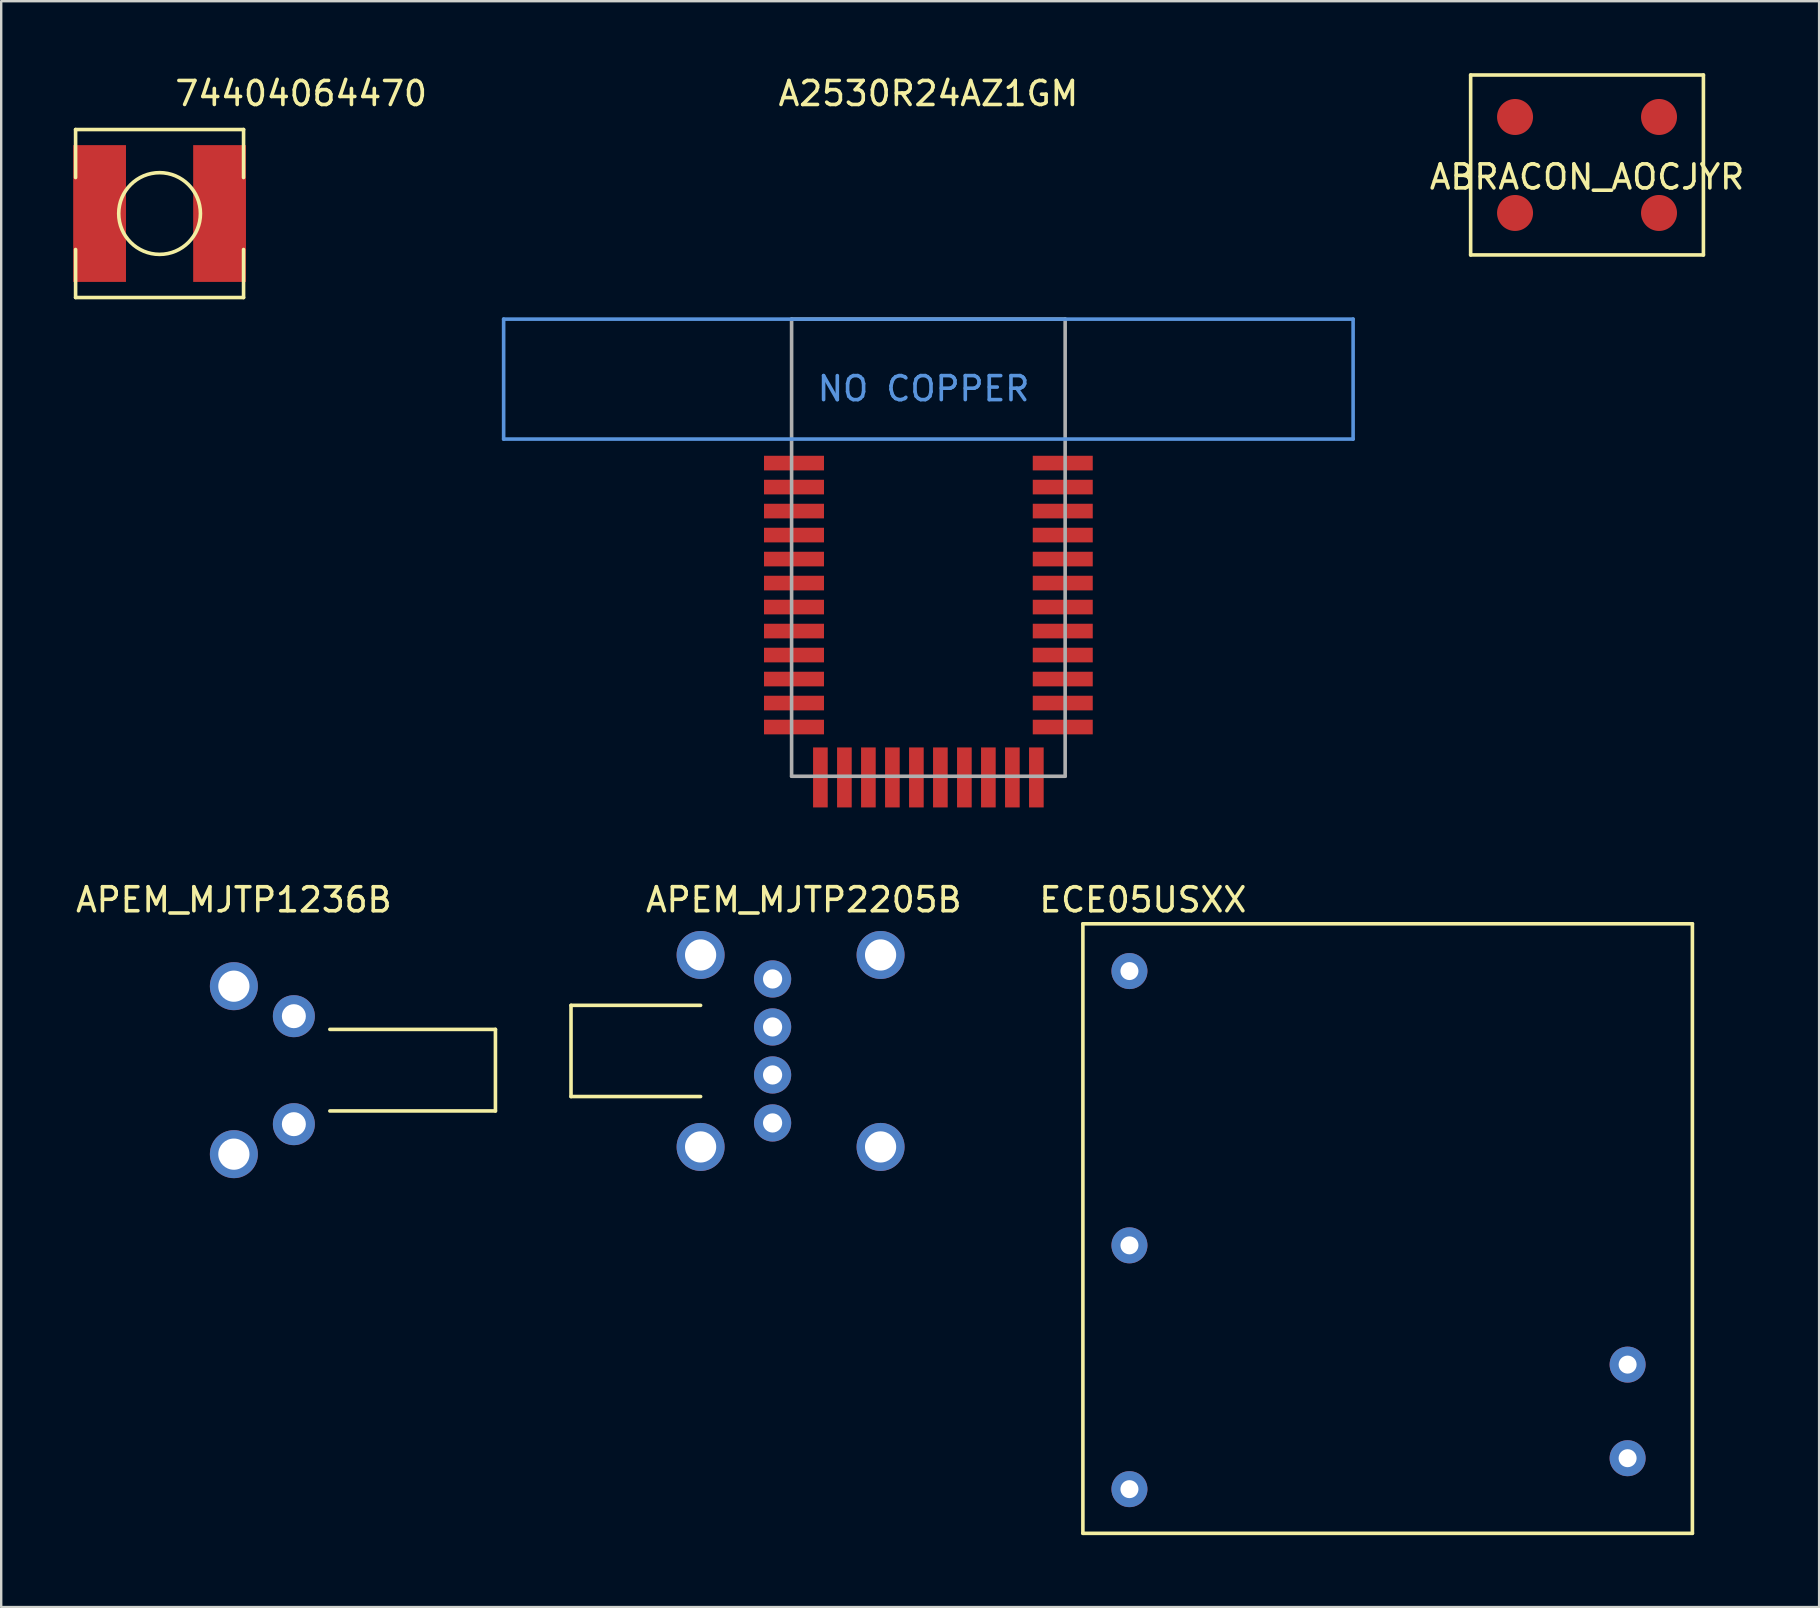
<source format=kicad_pcb>
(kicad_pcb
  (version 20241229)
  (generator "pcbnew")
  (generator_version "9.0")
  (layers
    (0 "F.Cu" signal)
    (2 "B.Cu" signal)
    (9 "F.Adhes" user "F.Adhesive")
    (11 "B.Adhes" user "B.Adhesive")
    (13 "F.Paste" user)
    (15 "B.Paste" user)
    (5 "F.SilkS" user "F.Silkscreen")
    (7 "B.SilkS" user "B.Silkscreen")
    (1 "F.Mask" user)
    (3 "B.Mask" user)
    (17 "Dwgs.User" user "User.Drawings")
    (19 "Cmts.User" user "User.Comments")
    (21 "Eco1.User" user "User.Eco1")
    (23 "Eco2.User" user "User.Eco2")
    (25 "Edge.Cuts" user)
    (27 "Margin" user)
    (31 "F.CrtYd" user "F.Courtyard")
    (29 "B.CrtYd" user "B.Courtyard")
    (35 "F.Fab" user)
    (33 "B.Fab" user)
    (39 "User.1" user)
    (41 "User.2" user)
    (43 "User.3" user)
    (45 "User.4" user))
  (footprint "74404064470"
    (layer "F.Cu")
    (at 3.6 5.848)
    (property "Reference" "74404064470" (at 5.9 -5 0) (layer "F.SilkS") (effects (font (size 1 1) (thickness 0.15))))
    (attr through_hole)
    (fp_line (start -3.5 -3.5) (end -3.5 -1.5) (stroke (width 0.15) (type solid)) (layer "F.SilkS"))
    (fp_line (start -3.5 -3.5) (end 3.5 -3.5) (stroke (width 0.15) (type solid)) (layer "F.SilkS"))
    (fp_line (start -3.5 3.5) (end -3.5 1.5) (stroke (width 0.15) (type solid)) (layer "F.SilkS"))
    (fp_line (start 3.5 -3.5) (end 3.5 -1.5) (stroke (width 0.15) (type solid)) (layer "F.SilkS"))
    (fp_line (start 3.5 1.5) (end 3.5 3.5) (stroke (width 0.15) (type solid)) (layer "F.SilkS"))
    (fp_line (start 3.5 3.5) (end -3.5 3.5) (stroke (width 0.15) (type solid)) (layer "F.SilkS"))
    (fp_circle (center 0 0) (end 1.1 -1.3) (stroke (width 0.15) (type solid)) (fill no) (layer "F.SilkS"))
    (pad "1" smd rect (at -2.5 0) (size 2.2 5.7) (layers "F.Cu" "F.Mask" "F.Paste"))
    (pad "2" smd rect (at 2.5 0) (size 2.2 5.7) (layers "F.Cu" "F.Mask" "F.Paste")))
  (footprint "A2530R24AZ1GM"
    (layer "F.Cu")
    (at 35.638 16.248)
    (property "Reference" "A2530R24AZ1GM" (at 0 -15.4 0) (layer "F.SilkS") (effects (font (size 1 1) (thickness 0.15))))
    (attr through_hole)
    (fp_line (start -17.7 -6) (end -17.7 -1) (stroke (width 0.15) (type solid)) (layer "Cmts.User"))
    (fp_line (start -17.7 -6) (end 17.7 -6) (stroke (width 0.15) (type solid)) (layer "Cmts.User"))
    (fp_line (start -17.7 -1) (end 17.7 -1) (stroke (width 0.15) (type solid)) (layer "Cmts.User"))
    (fp_line (start 17.7 -6) (end 17.7 -1) (stroke (width 0.15) (type solid)) (layer "Cmts.User"))
    (fp_line (start -5.7 -6) (end -5.7 13.05) (stroke (width 0.15) (type solid)) (layer "F.Fab"))
    (fp_line (start 5.7 -6) (end -5.7 -6) (stroke (width 0.15) (type solid)) (layer "F.Fab"))
    (fp_line (start 5.7 -6) (end 5.7 13.05) (stroke (width 0.15) (type solid)) (layer "F.Fab"))
    (fp_line (start 5.7 13.05) (end -5.7 13.05) (stroke (width 0.15) (type solid)) (layer "F.Fab"))
    (fp_text user "NO COPPER" (at -0.2 -3.1 0) (layer "Cmts.User") (effects (font (size 1 1) (thickness 0.15))))
    (pad "1" smd rect (at -5.6 0) (size 2.5 0.61) (layers "F.Cu" "F.Mask" "F.Paste"))
    (pad "2" smd rect (at -5.6 1) (size 2.5 0.61) (layers "F.Cu" "F.Mask" "F.Paste"))
    (pad "3" smd rect (at -5.6 2) (size 2.5 0.61) (layers "F.Cu" "F.Mask" "F.Paste"))
    (pad "4" smd rect (at -5.6 3) (size 2.5 0.61) (layers "F.Cu" "F.Mask" "F.Paste"))
    (pad "5" smd rect (at -5.6 4) (size 2.5 0.61) (layers "F.Cu" "F.Mask" "F.Paste"))
    (pad "6" smd rect (at -5.6 5) (size 2.5 0.61) (layers "F.Cu" "F.Mask" "F.Paste"))
    (pad "7" smd rect (at -5.6 6) (size 2.5 0.61) (layers "F.Cu" "F.Mask" "F.Paste"))
    (pad "8" smd rect (at -5.6 7) (size 2.5 0.61) (layers "F.Cu" "F.Mask" "F.Paste"))
    (pad "9" smd rect (at -5.6 8) (size 2.5 0.61) (layers "F.Cu" "F.Mask" "F.Paste"))
    (pad "10" smd rect (at -5.6 9) (size 2.5 0.61) (layers "F.Cu" "F.Mask" "F.Paste"))
    (pad "11" smd rect (at -5.6 10) (size 2.5 0.61) (layers "F.Cu" "F.Mask" "F.Paste"))
    (pad "12" smd rect (at -5.6 11) (size 2.5 0.61) (layers "F.Cu" "F.Mask" "F.Paste"))
    (pad "13" smd rect (at -4.5 13.1) (size 0.61 2.5) (layers "F.Cu" "F.Mask" "F.Paste"))
    (pad "14" smd rect (at -3.5 13.1) (size 0.61 2.5) (layers "F.Cu" "F.Mask" "F.Paste"))
    (pad "15" smd rect (at -2.5 13.1) (size 0.61 2.5) (layers "F.Cu" "F.Mask" "F.Paste"))
    (pad "16" smd rect (at -1.5 13.1) (size 0.61 2.5) (layers "F.Cu" "F.Mask" "F.Paste"))
    (pad "17" smd rect (at -0.5 13.1) (size 0.61 2.5) (layers "F.Cu" "F.Mask" "F.Paste"))
    (pad "18" smd rect (at 0.5 13.1) (size 0.61 2.5) (layers "F.Cu" "F.Mask" "F.Paste"))
    (pad "19" smd rect (at 1.5 13.1) (size 0.61 2.5) (layers "F.Cu" "F.Mask" "F.Paste"))
    (pad "20" smd rect (at 2.5 13.1) (size 0.61 2.5) (layers "F.Cu" "F.Mask" "F.Paste"))
    (pad "21" smd rect (at 3.5 13.1) (size 0.61 2.5) (layers "F.Cu" "F.Mask" "F.Paste"))
    (pad "22" smd rect (at 4.5 13.1) (size 0.61 2.5) (layers "F.Cu" "F.Mask" "F.Paste"))
    (pad "23" smd rect (at 5.6 11) (size 2.5 0.61) (layers "F.Cu" "F.Mask" "F.Paste"))
    (pad "24" smd rect (at 5.6 10) (size 2.5 0.61) (layers "F.Cu" "F.Mask" "F.Paste"))
    (pad "25" smd rect (at 5.6 9) (size 2.5 0.61) (layers "F.Cu" "F.Mask" "F.Paste"))
    (pad "26" smd rect (at 5.6 8) (size 2.5 0.61) (layers "F.Cu" "F.Mask" "F.Paste"))
    (pad "27" smd rect (at 5.6 7) (size 2.5 0.61) (layers "F.Cu" "F.Mask" "F.Paste"))
    (pad "28" smd rect (at 5.6 6) (size 2.5 0.61) (layers "F.Cu" "F.Mask" "F.Paste"))
    (pad "29" smd rect (at 5.6 5) (size 2.5 0.61) (layers "F.Cu" "F.Mask" "F.Paste"))
    (pad "30" smd rect (at 5.6 4) (size 2.5 0.61) (layers "F.Cu" "F.Mask" "F.Paste"))
    (pad "31" smd rect (at 5.6 3) (size 2.5 0.61) (layers "F.Cu" "F.Mask" "F.Paste"))
    (pad "32" smd rect (at 5.6 2) (size 2.5 0.61) (layers "F.Cu" "F.Mask" "F.Paste"))
    (pad "33" smd rect (at 5.6 1) (size 2.5 0.61) (layers "F.Cu" "F.Mask" "F.Paste"))
    (pad "34" smd rect (at 5.6 0) (size 2.5 0.61) (layers "F.Cu" "F.Mask" "F.Paste")))
  (footprint "APEM_MJTP1236B"
    (layer "F.Cu")
    (at 6.696 41.547)
    (property "Reference" "APEM_MJTP1236B" (at 0 -7.1 0) (layer "F.SilkS") (effects (font (size 1 1) (thickness 0.15))))
    (attr through_hole)
    (fp_line (start 4 -1.7) (end 10.9 -1.7) (stroke (width 0.15) (type solid)) (layer "F.SilkS"))
    (fp_line (start 4 1.7) (end 10.9 1.7) (stroke (width 0.15) (type solid)) (layer "F.SilkS"))
    (fp_line (start 10.9 -1.7) (end 10.9 1.7) (stroke (width 0.15) (type solid)) (layer "F.SilkS"))
    (pad "1" thru_hole circle (at 2.5 -2.25) (size 1.75 1.75) (drill 1) (layers "*.Cu" "*.Mask"))
    (pad "2" thru_hole circle (at 2.5 2.25) (size 1.75 1.75) (drill 1) (layers "*.Cu" "*.Mask"))
    (pad "~" thru_hole circle (at 0 -3.5) (size 2 2) (drill 1.3) (layers "*.Cu" "*.Mask"))
    (pad "~" thru_hole circle (at 0 3.5) (size 2 2) (drill 1.3) (layers "*.Cu" "*.Mask")))
  (footprint "APEM_MJTP2205B"
    (layer "F.Cu")
    (at 26.146 40.746)
    (property "Reference" "APEM_MJTP2205B" (at 4.3 -6.3 0) (layer "F.SilkS") (effects (font (size 1 1) (thickness 0.15))))
    (attr through_hole)
    (fp_line (start -5.4 -1.9) (end 0 -1.9) (stroke (width 0.15) (type solid)) (layer "F.SilkS"))
    (fp_line (start -5.4 1.9) (end -5.4 -1.9) (stroke (width 0.15) (type solid)) (layer "F.SilkS"))
    (fp_line (start 0 1.9) (end -5.4 1.9) (stroke (width 0.15) (type solid)) (layer "F.SilkS"))
    (pad "1" thru_hole circle (at 3 3) (size 1.55 1.55) (drill 0.8) (layers "*.Cu" "*.Mask"))
    (pad "2" thru_hole circle (at 3 1) (size 1.55 1.55) (drill 0.8) (layers "*.Cu" "*.Mask"))
    (pad "3" thru_hole circle (at 3 -1) (size 1.55 1.55) (drill 0.8) (layers "*.Cu" "*.Mask"))
    (pad "4" thru_hole circle (at 3 -3) (size 1.55 1.55) (drill 0.8) (layers "*.Cu" "*.Mask"))
    (pad "~" thru_hole circle (at 0 -4) (size 2 2) (drill 1.3) (layers "*.Cu" "*.Mask"))
    (pad "~" thru_hole circle (at 0 4) (size 2 2) (drill 1.3) (layers "*.Cu" "*.Mask"))
    (pad "~" thru_hole circle (at 7.5 -4) (size 2 2) (drill 1.3) (layers "*.Cu" "*.Mask"))
    (pad "~" thru_hole circle (at 7.5 4) (size 2 2) (drill 1.3) (layers "*.Cu" "*.Mask")))
  (footprint "ABRACON_AOCJYR"
    (layer "F.Cu")
    (at 63.086 3.825)
    (property "Reference" "ABRACON_AOCJYR" (at 0 0.5 0) (layer "F.SilkS") (effects (font (size 1 1) (thickness 0.15))))
    (attr through_hole)
    (fp_line (start -4.85 -3.75) (end 4.85 -3.75) (stroke (width 0.15) (type solid)) (layer "F.SilkS"))
    (fp_line (start -4.85 3.75) (end -4.85 -3.75) (stroke (width 0.15) (type solid)) (layer "F.SilkS"))
    (fp_line (start -4.85 3.75) (end 4.85 3.75) (stroke (width 0.15) (type solid)) (layer "F.SilkS"))
    (fp_line (start 4.85 -3.75) (end 4.85 3.75) (stroke (width 0.15) (type solid)) (layer "F.SilkS"))
    (pad "1" smd circle (at -3 -2) (size 1.5 1.5) (layers "F.Cu" "F.Mask" "F.Paste"))
    (pad "2" smd circle (at 3 -2) (size 1.5 1.5) (layers "F.Cu" "F.Mask" "F.Paste"))
    (pad "3" smd circle (at 3 2) (size 1.5 1.5) (layers "F.Cu" "F.Mask" "F.Paste"))
    (pad "4" smd circle (at -3 2) (size 1.5 1.5) (layers "F.Cu" "F.Mask" "F.Paste")))
  (footprint "ECE05USXX"
    (layer "F.Cu")
    (at 54.777 48.147)
    (property "Reference" "ECE05USXX" (at -10.2 -13.7 0) (layer "F.SilkS") (effects (font (size 1 1) (thickness 0.15))))
    (attr through_hole)
    (fp_line (start -12.7 -12.7) (end 12.7 -12.7) (stroke (width 0.15) (type solid)) (layer "F.SilkS"))
    (fp_line (start -12.7 12.7) (end -12.7 -12.7) (stroke (width 0.15) (type solid)) (layer "F.SilkS"))
    (fp_line (start 12.7 -12.7) (end 12.7 12.7) (stroke (width 0.15) (type solid)) (layer "F.SilkS"))
    (fp_line (start 12.7 12.7) (end -12.7 12.7) (stroke (width 0.15) (type solid)) (layer "F.SilkS"))
    (pad "1" thru_hole circle (at 10 9.57) (size 1.5 1.5) (drill 0.75) (layers "*.Cu" "*.Mask"))
    (pad "2" thru_hole circle (at 10 5.67) (size 1.5 1.5) (drill 0.75) (layers "*.Cu" "*.Mask"))
    (pad "3" thru_hole circle (at -10.76 -10.73) (size 1.5 1.5) (drill 0.75) (layers "*.Cu" "*.Mask"))
    (pad "4" thru_hole circle (at -10.76 0.7) (size 1.5 1.5) (drill 0.75) (layers "*.Cu" "*.Mask"))
    (pad "5" thru_hole circle (at -10.76 10.86) (size 1.5 1.5) (drill 0.75) (layers "*.Cu" "*.Mask")))
  (gr_rect
    (start -3 -3)
    (end 72.758 63.922)
    (stroke (width 0.1) (type default))
    (fill no)
    (layer "Edge.Cuts")))
</source>
